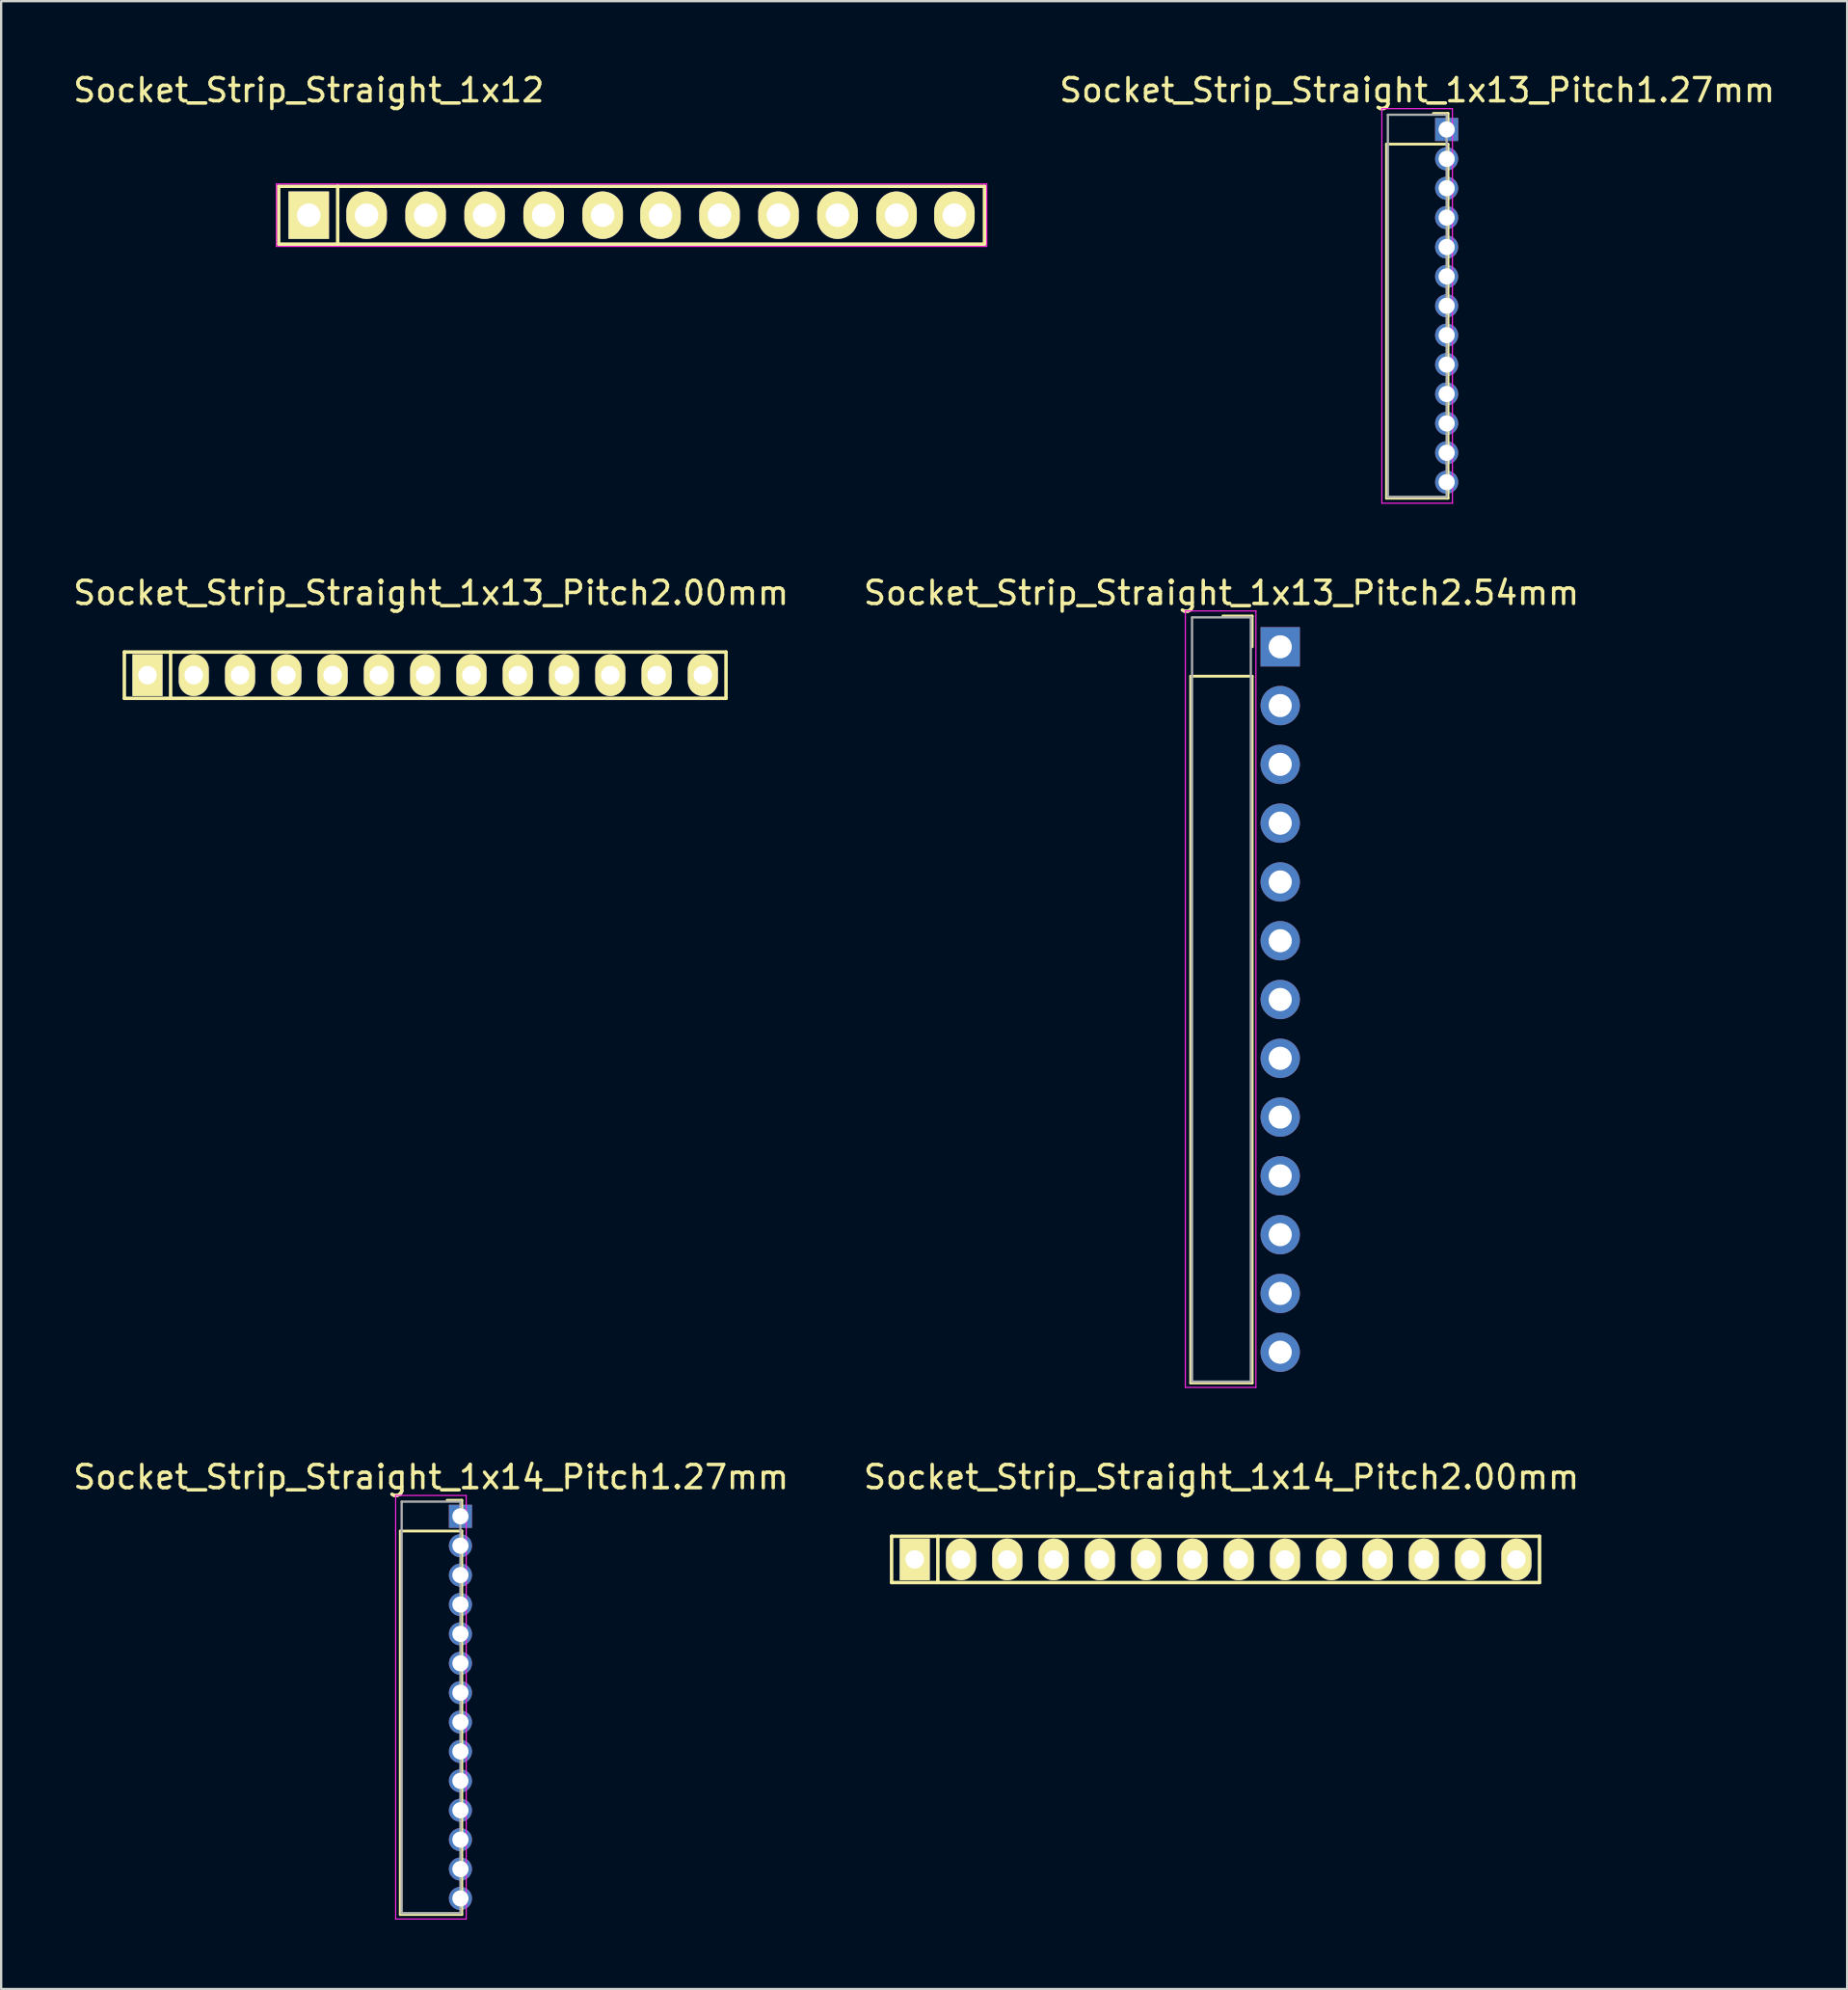
<source format=kicad_pcb>
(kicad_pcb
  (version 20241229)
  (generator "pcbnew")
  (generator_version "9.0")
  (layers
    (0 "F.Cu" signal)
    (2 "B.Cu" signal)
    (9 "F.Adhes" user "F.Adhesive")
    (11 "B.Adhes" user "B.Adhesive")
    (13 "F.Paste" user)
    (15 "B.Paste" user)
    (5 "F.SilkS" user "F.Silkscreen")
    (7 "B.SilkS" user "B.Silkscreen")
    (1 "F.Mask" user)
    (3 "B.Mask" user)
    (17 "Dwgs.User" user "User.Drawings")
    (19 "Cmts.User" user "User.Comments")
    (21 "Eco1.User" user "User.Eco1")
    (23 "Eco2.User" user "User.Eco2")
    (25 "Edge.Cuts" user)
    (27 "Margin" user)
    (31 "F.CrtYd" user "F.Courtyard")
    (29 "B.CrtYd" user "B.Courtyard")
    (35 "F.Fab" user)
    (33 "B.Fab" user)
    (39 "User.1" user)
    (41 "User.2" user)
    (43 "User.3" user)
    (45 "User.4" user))
  (footprint "Socket_Strip_Straight_1x13_Pitch2.54mm"
    (layer "F.Cu")
    (at 52.272 24.896)
    (property "Reference" "Socket_Strip_Straight_1x13_Pitch2.54mm" (at -2.54 -2.33 0) (layer "F.SilkS") (effects (font (size 1 1) (thickness 0.15))))
    (attr through_hole)
    (fp_line (start -3.87 1.27) (end -3.87 31.81) (stroke (width 0.12) (type solid)) (layer "F.SilkS"))
    (fp_line (start -3.87 31.81) (end -1.21 31.81) (stroke (width 0.12) (type solid)) (layer "F.SilkS"))
    (fp_line (start -1.21 -1.33) (end -2.48 -1.33) (stroke (width 0.12) (type solid)) (layer "F.SilkS"))
    (fp_line (start -1.21 0) (end -1.21 -1.33) (stroke (width 0.12) (type solid)) (layer "F.SilkS"))
    (fp_line (start -1.21 1.27) (end -3.87 1.27) (stroke (width 0.12) (type solid)) (layer "F.SilkS"))
    (fp_line (start -1.21 31.81) (end -1.21 1.27) (stroke (width 0.12) (type solid)) (layer "F.SilkS"))
    (fp_line (start -4.1 -1.55) (end -4.1 32) (stroke (width 0.05) (type solid)) (layer "F.CrtYd"))
    (fp_line (start -4.1 32) (end -1.05 32) (stroke (width 0.05) (type solid)) (layer "F.CrtYd"))
    (fp_line (start -1.05 -1.55) (end -4.1 -1.55) (stroke (width 0.05) (type solid)) (layer "F.CrtYd"))
    (fp_line (start -1.05 32) (end -1.05 -1.55) (stroke (width 0.05) (type solid)) (layer "F.CrtYd"))
    (fp_line (start -3.81 -1.27) (end -3.81 31.75) (stroke (width 0.1) (type solid)) (layer "F.Fab"))
    (fp_line (start -3.81 31.75) (end -1.27 31.75) (stroke (width 0.1) (type solid)) (layer "F.Fab"))
    (fp_line (start -1.27 -1.27) (end -3.81 -1.27) (stroke (width 0.1) (type solid)) (layer "F.Fab"))
    (fp_line (start -1.27 31.75) (end -1.27 -1.27) (stroke (width 0.1) (type solid)) (layer "F.Fab"))
    (pad "1" thru_hole rect (at 0 0) (size 1.7 1.7) (drill 1) (layers "*.Cu" "*.Mask"))
    (pad "2" thru_hole oval (at 0 2.54) (size 1.7 1.7) (drill 1) (layers "*.Cu" "*.Mask"))
    (pad "3" thru_hole oval (at 0 5.08) (size 1.7 1.7) (drill 1) (layers "*.Cu" "*.Mask"))
    (pad "4" thru_hole oval (at 0 7.62) (size 1.7 1.7) (drill 1) (layers "*.Cu" "*.Mask"))
    (pad "5" thru_hole oval (at 0 10.16) (size 1.7 1.7) (drill 1) (layers "*.Cu" "*.Mask"))
    (pad "6" thru_hole oval (at 0 12.7) (size 1.7 1.7) (drill 1) (layers "*.Cu" "*.Mask"))
    (pad "7" thru_hole oval (at 0 15.24) (size 1.7 1.7) (drill 1) (layers "*.Cu" "*.Mask"))
    (pad "8" thru_hole oval (at 0 17.78) (size 1.7 1.7) (drill 1) (layers "*.Cu" "*.Mask"))
    (pad "9" thru_hole oval (at 0 20.32) (size 1.7 1.7) (drill 1) (layers "*.Cu" "*.Mask"))
    (pad "10" thru_hole oval (at 0 22.86) (size 1.7 1.7) (drill 1) (layers "*.Cu" "*.Mask"))
    (pad "11" thru_hole oval (at 0 25.4) (size 1.7 1.7) (drill 1) (layers "*.Cu" "*.Mask"))
    (pad "12" thru_hole oval (at 0 27.94) (size 1.7 1.7) (drill 1) (layers "*.Cu" "*.Mask"))
    (pad "13" thru_hole oval (at 0 30.48) (size 1.7 1.7) (drill 1) (layers "*.Cu" "*.Mask")))
  (footprint "Socket_Strip_Straight_1x12"
    (layer "F.Cu")
    (at 10.292 6.248)
    (property "Reference" "Socket_Strip_Straight_1x12" (at 0 -5.4 0) (layer "F.SilkS") (effects (font (size 1 1) (thickness 0.15))))
    (attr through_hole)
    (fp_line (start -1.3 -1.25) (end 1.25 -1.25) (stroke (width 0.15) (type solid)) (layer "F.SilkS"))
    (fp_line (start -1.3 1.25) (end -1.3 -1.25) (stroke (width 0.15) (type solid)) (layer "F.SilkS"))
    (fp_line (start -1.3 1.25) (end 1.25 1.25) (stroke (width 0.15) (type solid)) (layer "F.SilkS"))
    (fp_line (start 1.25 1.25) (end 1.25 -1.25) (stroke (width 0.15) (type solid)) (layer "F.SilkS"))
    (fp_line (start 1.25 1.25) (end 29.2 1.25) (stroke (width 0.15) (type solid)) (layer "F.SilkS"))
    (fp_line (start 29.2 -1.25) (end 1.25 -1.25) (stroke (width 0.15) (type solid)) (layer "F.SilkS"))
    (fp_line (start 29.2 1.25) (end 29.2 -1.25) (stroke (width 0.15) (type solid)) (layer "F.SilkS"))
    (fp_line (start -1.4 -1.35) (end -1.4 1.35) (stroke (width 0.05) (type solid)) (layer "F.CrtYd"))
    (fp_line (start -1.4 -1.35) (end 29.3 -1.35) (stroke (width 0.05) (type solid)) (layer "F.CrtYd"))
    (fp_line (start -1.4 1.35) (end 29.3 1.35) (stroke (width 0.05) (type solid)) (layer "F.CrtYd"))
    (fp_line (start 29.3 -1.35) (end 29.3 1.35) (stroke (width 0.05) (type solid)) (layer "F.CrtYd"))
    (pad "1" thru_hole rect (at 0 0) (size 1.75 2.05) (drill 1.016) (layers "*.Cu" "*.Mask" "F.SilkS"))
    (pad "2" thru_hole oval (at 2.5 0) (size 1.75 2.05) (drill 1.016) (layers "*.Cu" "*.Mask" "F.SilkS"))
    (pad "3" thru_hole oval (at 5.05 0) (size 1.75 2.05) (drill 1.016) (layers "*.Cu" "*.Mask" "F.SilkS"))
    (pad "4" thru_hole oval (at 7.6 0) (size 1.75 2.05) (drill 1.016) (layers "*.Cu" "*.Mask" "F.SilkS"))
    (pad "5" thru_hole oval (at 10.15 0) (size 1.75 2.05) (drill 1.016) (layers "*.Cu" "*.Mask" "F.SilkS"))
    (pad "6" thru_hole oval (at 12.7 0) (size 1.75 2.05) (drill 1.016) (layers "*.Cu" "*.Mask" "F.SilkS"))
    (pad "7" thru_hole oval (at 15.2 0) (size 1.75 2.05) (drill 1.016) (layers "*.Cu" "*.Mask" "F.SilkS"))
    (pad "8" thru_hole oval (at 17.75 0) (size 1.75 2.05) (drill 1.016) (layers "*.Cu" "*.Mask" "F.SilkS"))
    (pad "9" thru_hole oval (at 20.3 0) (size 1.75 2.05) (drill 1.016) (layers "*.Cu" "*.Mask" "F.SilkS"))
    (pad "10" thru_hole oval (at 22.85 0) (size 1.75 2.05) (drill 1.016) (layers "*.Cu" "*.Mask" "F.SilkS"))
    (pad "11" thru_hole oval (at 25.4 0) (size 1.75 2.05) (drill 1.016) (layers "*.Cu" "*.Mask" "F.SilkS"))
    (pad "12" thru_hole oval (at 27.9 0) (size 1.75 2.05) (drill 1.016) (layers "*.Cu" "*.Mask" "F.SilkS")))
  (footprint "Socket_Strip_Straight_1x13_Pitch1.27mm"
    (layer "F.Cu")
    (at 59.464 2.543)
    (property "Reference" "Socket_Strip_Straight_1x13_Pitch1.27mm" (at -1.27 -1.695 0) (layer "F.SilkS") (effects (font (size 1 1) (thickness 0.15))))
    (attr through_hole)
    (fp_line (start -2.6 0.635) (end -2.6 15.935) (stroke (width 0.12) (type solid)) (layer "F.SilkS"))
    (fp_line (start -2.6 15.935) (end 0.06 15.935) (stroke (width 0.12) (type solid)) (layer "F.SilkS"))
    (fp_line (start 0.06 -0.695) (end -0.575 -0.695) (stroke (width 0.12) (type solid)) (layer "F.SilkS"))
    (fp_line (start 0.06 0) (end 0.06 -0.695) (stroke (width 0.12) (type solid)) (layer "F.SilkS"))
    (fp_line (start 0.06 0.635) (end -2.6 0.635) (stroke (width 0.12) (type solid)) (layer "F.SilkS"))
    (fp_line (start 0.06 15.935) (end 0.06 0.635) (stroke (width 0.12) (type solid)) (layer "F.SilkS"))
    (fp_line (start -2.8 -0.9) (end -2.8 16.15) (stroke (width 0.05) (type solid)) (layer "F.CrtYd"))
    (fp_line (start -2.8 16.15) (end 0.25 16.15) (stroke (width 0.05) (type solid)) (layer "F.CrtYd"))
    (fp_line (start 0.25 -0.9) (end -2.8 -0.9) (stroke (width 0.05) (type solid)) (layer "F.CrtYd"))
    (fp_line (start 0.25 16.15) (end 0.25 -0.9) (stroke (width 0.05) (type solid)) (layer "F.CrtYd"))
    (fp_line (start -2.54 -0.635) (end -2.54 15.875) (stroke (width 0.1) (type solid)) (layer "F.Fab"))
    (fp_line (start -2.54 15.875) (end 0 15.875) (stroke (width 0.1) (type solid)) (layer "F.Fab"))
    (fp_line (start 0 -0.635) (end -2.54 -0.635) (stroke (width 0.1) (type solid)) (layer "F.Fab"))
    (fp_line (start 0 15.875) (end 0 -0.635) (stroke (width 0.1) (type solid)) (layer "F.Fab"))
    (pad "1" thru_hole rect (at 0 0) (size 1 1) (drill 0.7) (layers "*.Cu" "*.Mask"))
    (pad "2" thru_hole oval (at 0 1.27) (size 1 1) (drill 0.7) (layers "*.Cu" "*.Mask"))
    (pad "3" thru_hole oval (at 0 2.54) (size 1 1) (drill 0.7) (layers "*.Cu" "*.Mask"))
    (pad "4" thru_hole oval (at 0 3.81) (size 1 1) (drill 0.7) (layers "*.Cu" "*.Mask"))
    (pad "5" thru_hole oval (at 0 5.08) (size 1 1) (drill 0.7) (layers "*.Cu" "*.Mask"))
    (pad "6" thru_hole oval (at 0 6.35) (size 1 1) (drill 0.7) (layers "*.Cu" "*.Mask"))
    (pad "7" thru_hole oval (at 0 7.62) (size 1 1) (drill 0.7) (layers "*.Cu" "*.Mask"))
    (pad "8" thru_hole oval (at 0 8.89) (size 1 1) (drill 0.7) (layers "*.Cu" "*.Mask"))
    (pad "9" thru_hole oval (at 0 10.16) (size 1 1) (drill 0.7) (layers "*.Cu" "*.Mask"))
    (pad "10" thru_hole oval (at 0 11.43) (size 1 1) (drill 0.7) (layers "*.Cu" "*.Mask"))
    (pad "11" thru_hole oval (at 0 12.7) (size 1 1) (drill 0.7) (layers "*.Cu" "*.Mask"))
    (pad "12" thru_hole oval (at 0 13.97) (size 1 1) (drill 0.7) (layers "*.Cu" "*.Mask"))
    (pad "13" thru_hole oval (at 0 15.24) (size 1 1) (drill 0.7) (layers "*.Cu" "*.Mask")))
  (footprint "Socket_Strip_Straight_1x14_Pitch1.27mm"
    (layer "F.Cu")
    (at 16.847 62.465)
    (property "Reference" "Socket_Strip_Straight_1x14_Pitch1.27mm" (at -1.27 -1.695 0) (layer "F.SilkS") (effects (font (size 1 1) (thickness 0.15))))
    (attr through_hole)
    (fp_line (start -2.6 0.635) (end -2.6 17.205) (stroke (width 0.12) (type solid)) (layer "F.SilkS"))
    (fp_line (start -2.6 17.205) (end 0.06 17.205) (stroke (width 0.12) (type solid)) (layer "F.SilkS"))
    (fp_line (start 0.06 -0.695) (end -0.575 -0.695) (stroke (width 0.12) (type solid)) (layer "F.SilkS"))
    (fp_line (start 0.06 0) (end 0.06 -0.695) (stroke (width 0.12) (type solid)) (layer "F.SilkS"))
    (fp_line (start 0.06 0.635) (end -2.6 0.635) (stroke (width 0.12) (type solid)) (layer "F.SilkS"))
    (fp_line (start 0.06 17.205) (end 0.06 0.635) (stroke (width 0.12) (type solid)) (layer "F.SilkS"))
    (fp_line (start -2.8 -0.9) (end -2.8 17.4) (stroke (width 0.05) (type solid)) (layer "F.CrtYd"))
    (fp_line (start -2.8 17.4) (end 0.25 17.4) (stroke (width 0.05) (type solid)) (layer "F.CrtYd"))
    (fp_line (start 0.25 -0.9) (end -2.8 -0.9) (stroke (width 0.05) (type solid)) (layer "F.CrtYd"))
    (fp_line (start 0.25 17.4) (end 0.25 -0.9) (stroke (width 0.05) (type solid)) (layer "F.CrtYd"))
    (fp_line (start -2.54 -0.635) (end -2.54 17.145) (stroke (width 0.1) (type solid)) (layer "F.Fab"))
    (fp_line (start -2.54 17.145) (end 0 17.145) (stroke (width 0.1) (type solid)) (layer "F.Fab"))
    (fp_line (start 0 -0.635) (end -2.54 -0.635) (stroke (width 0.1) (type solid)) (layer "F.Fab"))
    (fp_line (start 0 17.145) (end 0 -0.635) (stroke (width 0.1) (type solid)) (layer "F.Fab"))
    (pad "1" thru_hole rect (at 0 0) (size 1 1) (drill 0.7) (layers "*.Cu" "*.Mask"))
    (pad "2" thru_hole oval (at 0 1.27) (size 1 1) (drill 0.7) (layers "*.Cu" "*.Mask"))
    (pad "3" thru_hole oval (at 0 2.54) (size 1 1) (drill 0.7) (layers "*.Cu" "*.Mask"))
    (pad "4" thru_hole oval (at 0 3.81) (size 1 1) (drill 0.7) (layers "*.Cu" "*.Mask"))
    (pad "5" thru_hole oval (at 0 5.08) (size 1 1) (drill 0.7) (layers "*.Cu" "*.Mask"))
    (pad "6" thru_hole oval (at 0 6.35) (size 1 1) (drill 0.7) (layers "*.Cu" "*.Mask"))
    (pad "7" thru_hole oval (at 0 7.62) (size 1 1) (drill 0.7) (layers "*.Cu" "*.Mask"))
    (pad "8" thru_hole oval (at 0 8.89) (size 1 1) (drill 0.7) (layers "*.Cu" "*.Mask"))
    (pad "9" thru_hole oval (at 0 10.16) (size 1 1) (drill 0.7) (layers "*.Cu" "*.Mask"))
    (pad "10" thru_hole oval (at 0 11.43) (size 1 1) (drill 0.7) (layers "*.Cu" "*.Mask"))
    (pad "11" thru_hole oval (at 0 12.7) (size 1 1) (drill 0.7) (layers "*.Cu" "*.Mask"))
    (pad "12" thru_hole oval (at 0 13.97) (size 1 1) (drill 0.7) (layers "*.Cu" "*.Mask"))
    (pad "13" thru_hole oval (at 0 15.24) (size 1 1) (drill 0.7) (layers "*.Cu" "*.Mask"))
    (pad "14" thru_hole oval (at 0 16.51) (size 1 1) (drill 0.7) (layers "*.Cu" "*.Mask")))
  (footprint "Socket_Strip_Straight_1x13_Pitch2.00mm"
    (layer "F.Cu")
    (at 15.323 26.122)
    (property "Reference" "Socket_Strip_Straight_1x13_Pitch2.00mm" (at 0.254 -3.556 0) (layer "F.SilkS") (effects (font (size 1 1) (thickness 0.15))))
    (attr through_hole)
    (fp_line (start -13 -1) (end 13 -1) (stroke (width 0.15) (type solid)) (layer "F.SilkS"))
    (fp_line (start -13 1) (end -13 -1) (stroke (width 0.15) (type solid)) (layer "F.SilkS"))
    (fp_line (start -11 -1) (end -11 1) (stroke (width 0.15) (type solid)) (layer "F.SilkS"))
    (fp_line (start 13 -1) (end 13 1) (stroke (width 0.15) (type solid)) (layer "F.SilkS"))
    (fp_line (start 13 1) (end -13 1) (stroke (width 0.15) (type solid)) (layer "F.SilkS"))
    (pad "1" thru_hole rect (at -12 0) (size 1.3 1.8) (drill 0.8) (layers "*.Cu" "*.Mask" "F.SilkS"))
    (pad "2" thru_hole oval (at -10 0) (size 1.3 1.8) (drill 0.8) (layers "*.Cu" "*.Mask" "F.SilkS"))
    (pad "3" thru_hole oval (at -8 0) (size 1.3 1.8) (drill 0.8) (layers "*.Cu" "*.Mask" "F.SilkS"))
    (pad "4" thru_hole oval (at -6 0) (size 1.3 1.8) (drill 0.8) (layers "*.Cu" "*.Mask" "F.SilkS"))
    (pad "5" thru_hole oval (at -4 0) (size 1.3 1.8) (drill 0.8) (layers "*.Cu" "*.Mask" "F.SilkS"))
    (pad "6" thru_hole oval (at -2 0) (size 1.3 1.8) (drill 0.8) (layers "*.Cu" "*.Mask" "F.SilkS"))
    (pad "7" thru_hole oval (at 0 0) (size 1.3 1.8) (drill 0.8) (layers "*.Cu" "*.Mask" "F.SilkS"))
    (pad "8" thru_hole oval (at 2 0) (size 1.3 1.8) (drill 0.8) (layers "*.Cu" "*.Mask" "F.SilkS"))
    (pad "9" thru_hole oval (at 4 0) (size 1.3 1.8) (drill 0.8) (layers "*.Cu" "*.Mask" "F.SilkS"))
    (pad "10" thru_hole oval (at 6 0) (size 1.3 1.8) (drill 0.8) (layers "*.Cu" "*.Mask" "F.SilkS"))
    (pad "11" thru_hole oval (at 8 0) (size 1.3 1.8) (drill 0.8) (layers "*.Cu" "*.Mask" "F.SilkS"))
    (pad "12" thru_hole oval (at 10 0) (size 1.3 1.8) (drill 0.8) (layers "*.Cu" "*.Mask" "F.SilkS"))
    (pad "13" thru_hole oval (at 12 0) (size 1.3 1.8) (drill 0.8) (layers "*.Cu" "*.Mask" "F.SilkS")))
  (footprint "Socket_Strip_Straight_1x14_Pitch2.00mm"
    (layer "F.Cu")
    (at 49.478 64.326)
    (property "Reference" "Socket_Strip_Straight_1x14_Pitch2.00mm" (at 0.254 -3.556 0) (layer "F.SilkS") (effects (font (size 1 1) (thickness 0.15))))
    (attr through_hole)
    (fp_line (start -14 -1) (end 14 -1) (stroke (width 0.15) (type solid)) (layer "F.SilkS"))
    (fp_line (start -14 1) (end -14 -1) (stroke (width 0.15) (type solid)) (layer "F.SilkS"))
    (fp_line (start -12 -1) (end -12 1) (stroke (width 0.15) (type solid)) (layer "F.SilkS"))
    (fp_line (start 14 -1) (end 14 1) (stroke (width 0.15) (type solid)) (layer "F.SilkS"))
    (fp_line (start 14 1) (end -14 1) (stroke (width 0.15) (type solid)) (layer "F.SilkS"))
    (pad "1" thru_hole rect (at -13 0) (size 1.3 1.8) (drill 0.8) (layers "*.Cu" "*.Mask" "F.SilkS"))
    (pad "2" thru_hole oval (at -11 0) (size 1.3 1.8) (drill 0.8) (layers "*.Cu" "*.Mask" "F.SilkS"))
    (pad "3" thru_hole oval (at -9 0) (size 1.3 1.8) (drill 0.8) (layers "*.Cu" "*.Mask" "F.SilkS"))
    (pad "4" thru_hole oval (at -7 0) (size 1.3 1.8) (drill 0.8) (layers "*.Cu" "*.Mask" "F.SilkS"))
    (pad "5" thru_hole oval (at -5 0) (size 1.3 1.8) (drill 0.8) (layers "*.Cu" "*.Mask" "F.SilkS"))
    (pad "6" thru_hole oval (at -3 0) (size 1.3 1.8) (drill 0.8) (layers "*.Cu" "*.Mask" "F.SilkS"))
    (pad "7" thru_hole oval (at -1 0) (size 1.3 1.8) (drill 0.8) (layers "*.Cu" "*.Mask" "F.SilkS"))
    (pad "8" thru_hole oval (at 1 0) (size 1.3 1.8) (drill 0.8) (layers "*.Cu" "*.Mask" "F.SilkS"))
    (pad "9" thru_hole oval (at 3 0) (size 1.3 1.8) (drill 0.8) (layers "*.Cu" "*.Mask" "F.SilkS"))
    (pad "10" thru_hole oval (at 5 0) (size 1.3 1.8) (drill 0.8) (layers "*.Cu" "*.Mask" "F.SilkS"))
    (pad "11" thru_hole oval (at 7 0) (size 1.3 1.8) (drill 0.8) (layers "*.Cu" "*.Mask" "F.SilkS"))
    (pad "12" thru_hole oval (at 9 0) (size 1.3 1.8) (drill 0.8) (layers "*.Cu" "*.Mask" "F.SilkS"))
    (pad "13" thru_hole oval (at 11 0) (size 1.3 1.8) (drill 0.8) (layers "*.Cu" "*.Mask" "F.SilkS"))
    (pad "14" thru_hole oval (at 13 0) (size 1.3 1.8) (drill 0.8) (layers "*.Cu" "*.Mask" "F.SilkS")))
  (gr_rect
    (start -3 -3)
    (end 76.771 82.89)
    (stroke (width 0.1) (type default))
    (fill no)
    (layer "Edge.Cuts")))
</source>
